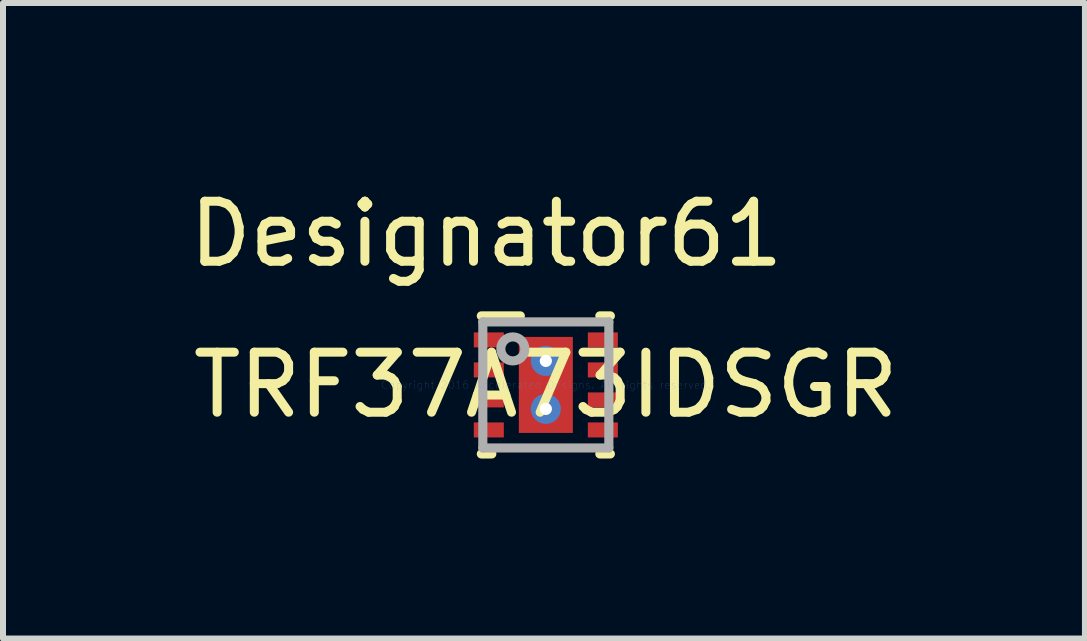
<source format=kicad_pcb>
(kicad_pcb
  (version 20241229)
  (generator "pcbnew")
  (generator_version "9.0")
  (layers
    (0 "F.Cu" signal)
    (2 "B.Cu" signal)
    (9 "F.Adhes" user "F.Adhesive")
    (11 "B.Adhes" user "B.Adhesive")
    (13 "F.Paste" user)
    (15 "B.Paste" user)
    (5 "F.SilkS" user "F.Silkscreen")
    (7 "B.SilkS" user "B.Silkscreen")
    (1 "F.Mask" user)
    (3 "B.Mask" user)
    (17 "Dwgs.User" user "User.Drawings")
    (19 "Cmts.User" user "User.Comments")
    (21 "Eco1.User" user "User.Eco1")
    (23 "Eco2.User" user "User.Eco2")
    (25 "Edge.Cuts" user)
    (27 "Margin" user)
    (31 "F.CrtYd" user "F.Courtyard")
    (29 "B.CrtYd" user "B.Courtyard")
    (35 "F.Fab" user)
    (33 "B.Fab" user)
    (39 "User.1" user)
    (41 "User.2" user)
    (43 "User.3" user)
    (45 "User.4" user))
  (footprint "TRF37A73IDSGR"
    (layer "F.Cu")
    (at 6.044 3.363)
    (property "Reference" "TRF37A73IDSGR" (at 0 0 0) (layer "F.SilkS") (effects (font (size 1 1) (thickness 0.15))))
    (attr through_hole)
    (fp_line (start -1.075 -1.15) (end -0.425 -1.15) (stroke (width 0.152) (type solid)) (layer "F.SilkS"))
    (fp_line (start -1.075 1.15) (end -0.9 1.15) (stroke (width 0.152) (type solid)) (layer "F.SilkS"))
    (fp_line (start 0.9 -1.15) (end 1.075 -1.15) (stroke (width 0.152) (type solid)) (layer "F.SilkS"))
    (fp_line (start 0.9 1.15) (end 1.075 1.15) (stroke (width 0.152) (type solid)) (layer "F.SilkS"))
    (fp_line (start -1.05 -1.05) (end 1.05 -1.05) (stroke (width 0.152) (type solid)) (layer "F.Fab"))
    (fp_line (start -1.05 1.05) (end -1.05 -1.05) (stroke (width 0.152) (type solid)) (layer "F.Fab"))
    (fp_line (start -1.05 1.05) (end 1.05 1.05) (stroke (width 0.152) (type solid)) (layer "F.Fab"))
    (fp_line (start 1.05 1.05) (end 1.05 -1.05) (stroke (width 0.152) (type solid)) (layer "F.Fab"))
    (fp_circle (center -0.55 -0.6) (end -0.35 -0.6) (stroke (width 0.152) (type solid)) (fill no) (layer "F.Fab"))
    (fp_text user "Designator61" (at -0.991 -2.515 0) (layer "F.SilkS") (effects (font (size 1 1) (thickness 0.15))))
    (fp_text user "Copyright 2016 Accelerated Designs. All rights reserved." (at 0 0 0) (layer "Cmts.User") (effects (font (size 0.127 0.127) (thickness 0.002))))
    (pad "1" smd rect (at -0.95 -0.75 90) (size 0.25 0.5) (layers "F.Cu" "F.Mask" "F.Paste"))
    (pad "2" smd rect (at -0.95 -0.25 90) (size 0.25 0.5) (layers "F.Cu" "F.Mask" "F.Paste"))
    (pad "3" smd rect (at -0.95 0.25 90) (size 0.25 0.5) (layers "F.Cu" "F.Mask" "F.Paste"))
    (pad "4" smd rect (at -0.95 0.75 90) (size 0.25 0.5) (layers "F.Cu" "F.Mask" "F.Paste"))
    (pad "5" smd rect (at 0.95 0.75 90) (size 0.25 0.5) (layers "F.Cu" "F.Mask" "F.Paste"))
    (pad "6" smd rect (at 0.95 0.25 90) (size 0.25 0.5) (layers "F.Cu" "F.Mask" "F.Paste"))
    (pad "7" smd rect (at 0.95 -0.25 90) (size 0.25 0.5) (layers "F.Cu" "F.Mask" "F.Paste"))
    (pad "8" smd rect (at 0.95 -0.75 90) (size 0.25 0.5) (layers "F.Cu" "F.Mask" "F.Paste"))
    (pad "9" smd rect (at 0 -0.000003) (size 0.9 1.6) (layers "F.Cu" "F.Mask" "F.Paste"))
    (pad "V" thru_hole circle (at 0 -0.4) (size 0.5 0.5) (drill 0.203) (layers "*.Cu" "*.Mask"))
    (pad "V" thru_hole circle (at 0 0.4) (size 0.5 0.5) (drill 0.203) (layers "*.Cu" "*.Mask")))
  (gr_rect
    (start -3 -3)
    (end 15.026 7.589)
    (stroke (width 0.1) (type default))
    (fill no)
    (layer "Edge.Cuts")))
</source>
